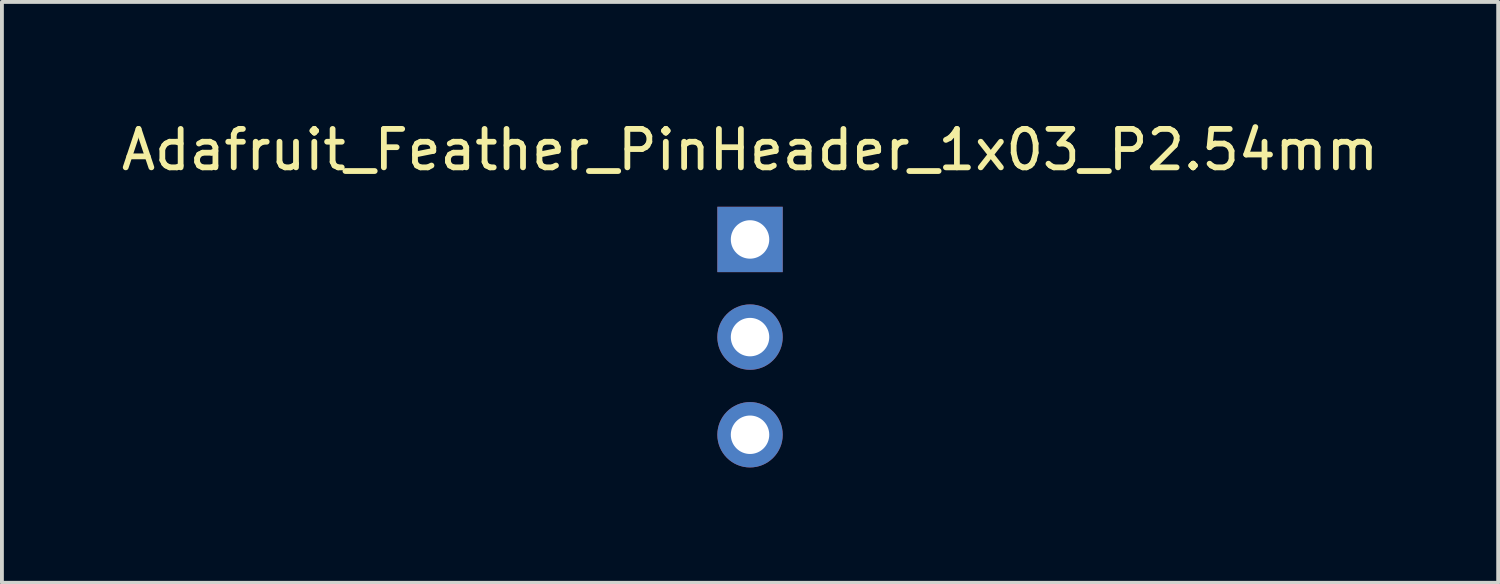
<source format=kicad_pcb>
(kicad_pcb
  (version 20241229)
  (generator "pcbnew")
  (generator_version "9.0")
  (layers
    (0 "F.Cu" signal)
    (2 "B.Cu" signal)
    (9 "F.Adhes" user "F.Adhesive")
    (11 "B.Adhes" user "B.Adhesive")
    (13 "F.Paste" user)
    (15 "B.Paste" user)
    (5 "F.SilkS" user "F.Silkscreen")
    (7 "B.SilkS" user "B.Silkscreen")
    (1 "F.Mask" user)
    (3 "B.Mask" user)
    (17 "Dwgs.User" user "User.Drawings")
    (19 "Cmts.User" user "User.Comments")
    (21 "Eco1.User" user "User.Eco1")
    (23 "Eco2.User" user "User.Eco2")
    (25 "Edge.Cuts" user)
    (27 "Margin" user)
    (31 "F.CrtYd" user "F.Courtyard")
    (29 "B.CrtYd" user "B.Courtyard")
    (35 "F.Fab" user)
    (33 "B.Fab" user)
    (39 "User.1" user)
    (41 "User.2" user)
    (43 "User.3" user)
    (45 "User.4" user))
  (footprint "Adafruit_Feather_PinHeader_1x03_P2.54mm"
    (layer "F.Cu")
    (at 16.458 3.178)
    (property "Reference" "Adafruit_Feather_PinHeader_1x03_P2.54mm" (at 0 -2.33 0) (layer "F.SilkS") (effects (font (size 1 1) (thickness 0.15))))
    (attr through_hole)
    (pad "1" thru_hole rect (at 0 0) (size 1.7 1.7) (drill 1) (layers "*.Cu" "*.Mask"))
    (pad "2" thru_hole oval (at 0 2.54) (size 1.7 1.7) (drill 1) (layers "*.Cu" "*.Mask"))
    (pad "3" thru_hole oval (at 0 5.08) (size 1.7 1.7) (drill 1) (layers "*.Cu" "*.Mask")))
  (gr_rect
    (start -3 -3)
    (end 35.917 12.108)
    (stroke (width 0.1) (type default))
    (fill no)
    (layer "Edge.Cuts")))
</source>
